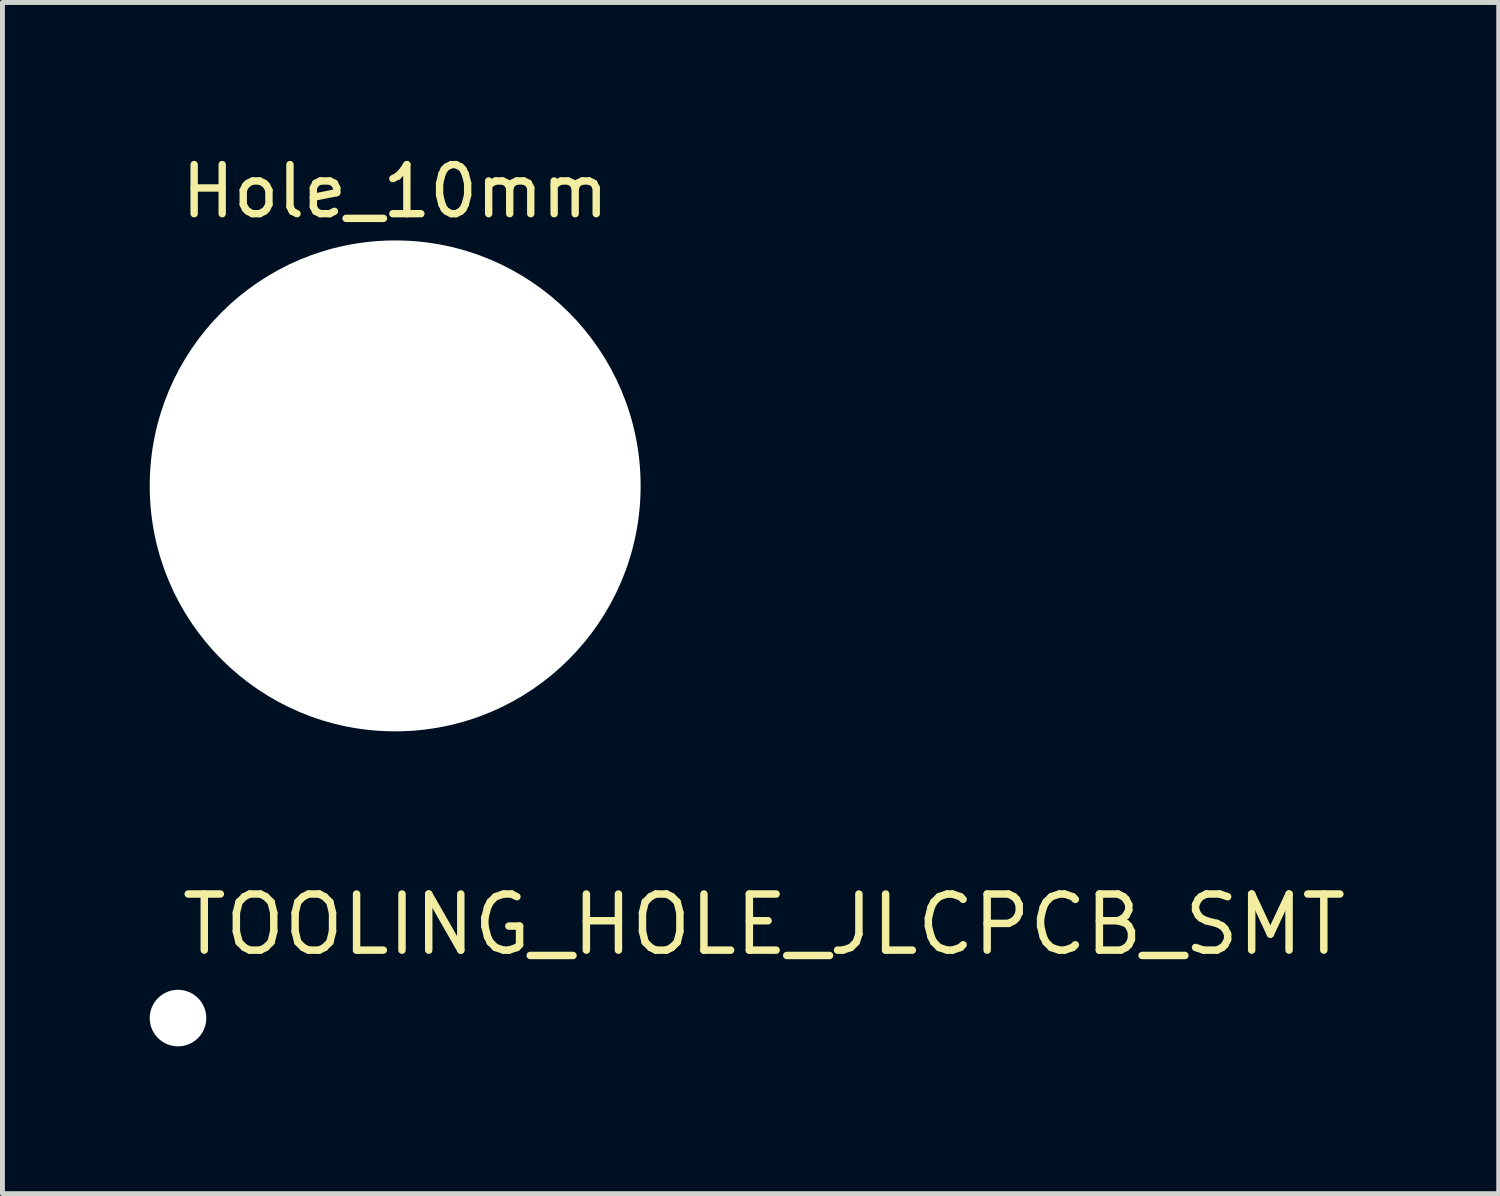
<source format=kicad_pcb>
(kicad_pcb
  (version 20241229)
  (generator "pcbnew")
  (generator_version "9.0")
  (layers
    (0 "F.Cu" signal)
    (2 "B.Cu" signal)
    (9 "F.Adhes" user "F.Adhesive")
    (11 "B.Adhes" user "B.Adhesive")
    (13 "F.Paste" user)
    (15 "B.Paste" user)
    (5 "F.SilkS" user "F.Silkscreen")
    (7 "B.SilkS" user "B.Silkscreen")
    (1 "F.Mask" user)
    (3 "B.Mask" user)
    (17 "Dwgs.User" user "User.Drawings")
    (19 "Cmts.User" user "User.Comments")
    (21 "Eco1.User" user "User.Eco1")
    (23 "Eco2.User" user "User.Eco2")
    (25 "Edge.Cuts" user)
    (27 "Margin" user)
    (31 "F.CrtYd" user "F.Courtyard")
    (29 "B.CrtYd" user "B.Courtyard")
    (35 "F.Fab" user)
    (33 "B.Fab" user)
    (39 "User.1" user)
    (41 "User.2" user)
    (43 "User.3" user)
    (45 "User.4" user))
  (footprint "Hole_10mm"
    (layer "F.Cu")
    (at 5 6.848)
    (property "Reference" "Hole_10mm" (at 0 -6 0) (layer "F.SilkS") (effects (font (size 1 1) (thickness 0.15))))
    (attr through_hole)
    (pad "" np_thru_hole circle (at 0 0) (size 10 10) (drill 10) (layers "*.Cu" "*.Mask")))
  (footprint "TOOLING_HOLE_JLCPCB_SMT"
    (layer "F.Cu")
    (at 0.576 17.689)
    (property "Reference" "TOOLING_HOLE_JLCPCB_SMT" (at 0 -1.905 0) (layer "F.SilkS") (effects (font (size 1.143 1.143) (thickness 0.152)) (justify left)))
    (attr through_hole)
    (pad "" np_thru_hole circle (at 0 0) (size 1.152 1.152) (drill 1.152) (layers "*.Cu" "*.Mask")))
  (gr_rect
    (start -3 -3)
    (end 27.48 21.265)
    (stroke (width 0.1) (type default))
    (fill no)
    (layer "Edge.Cuts")))
</source>
